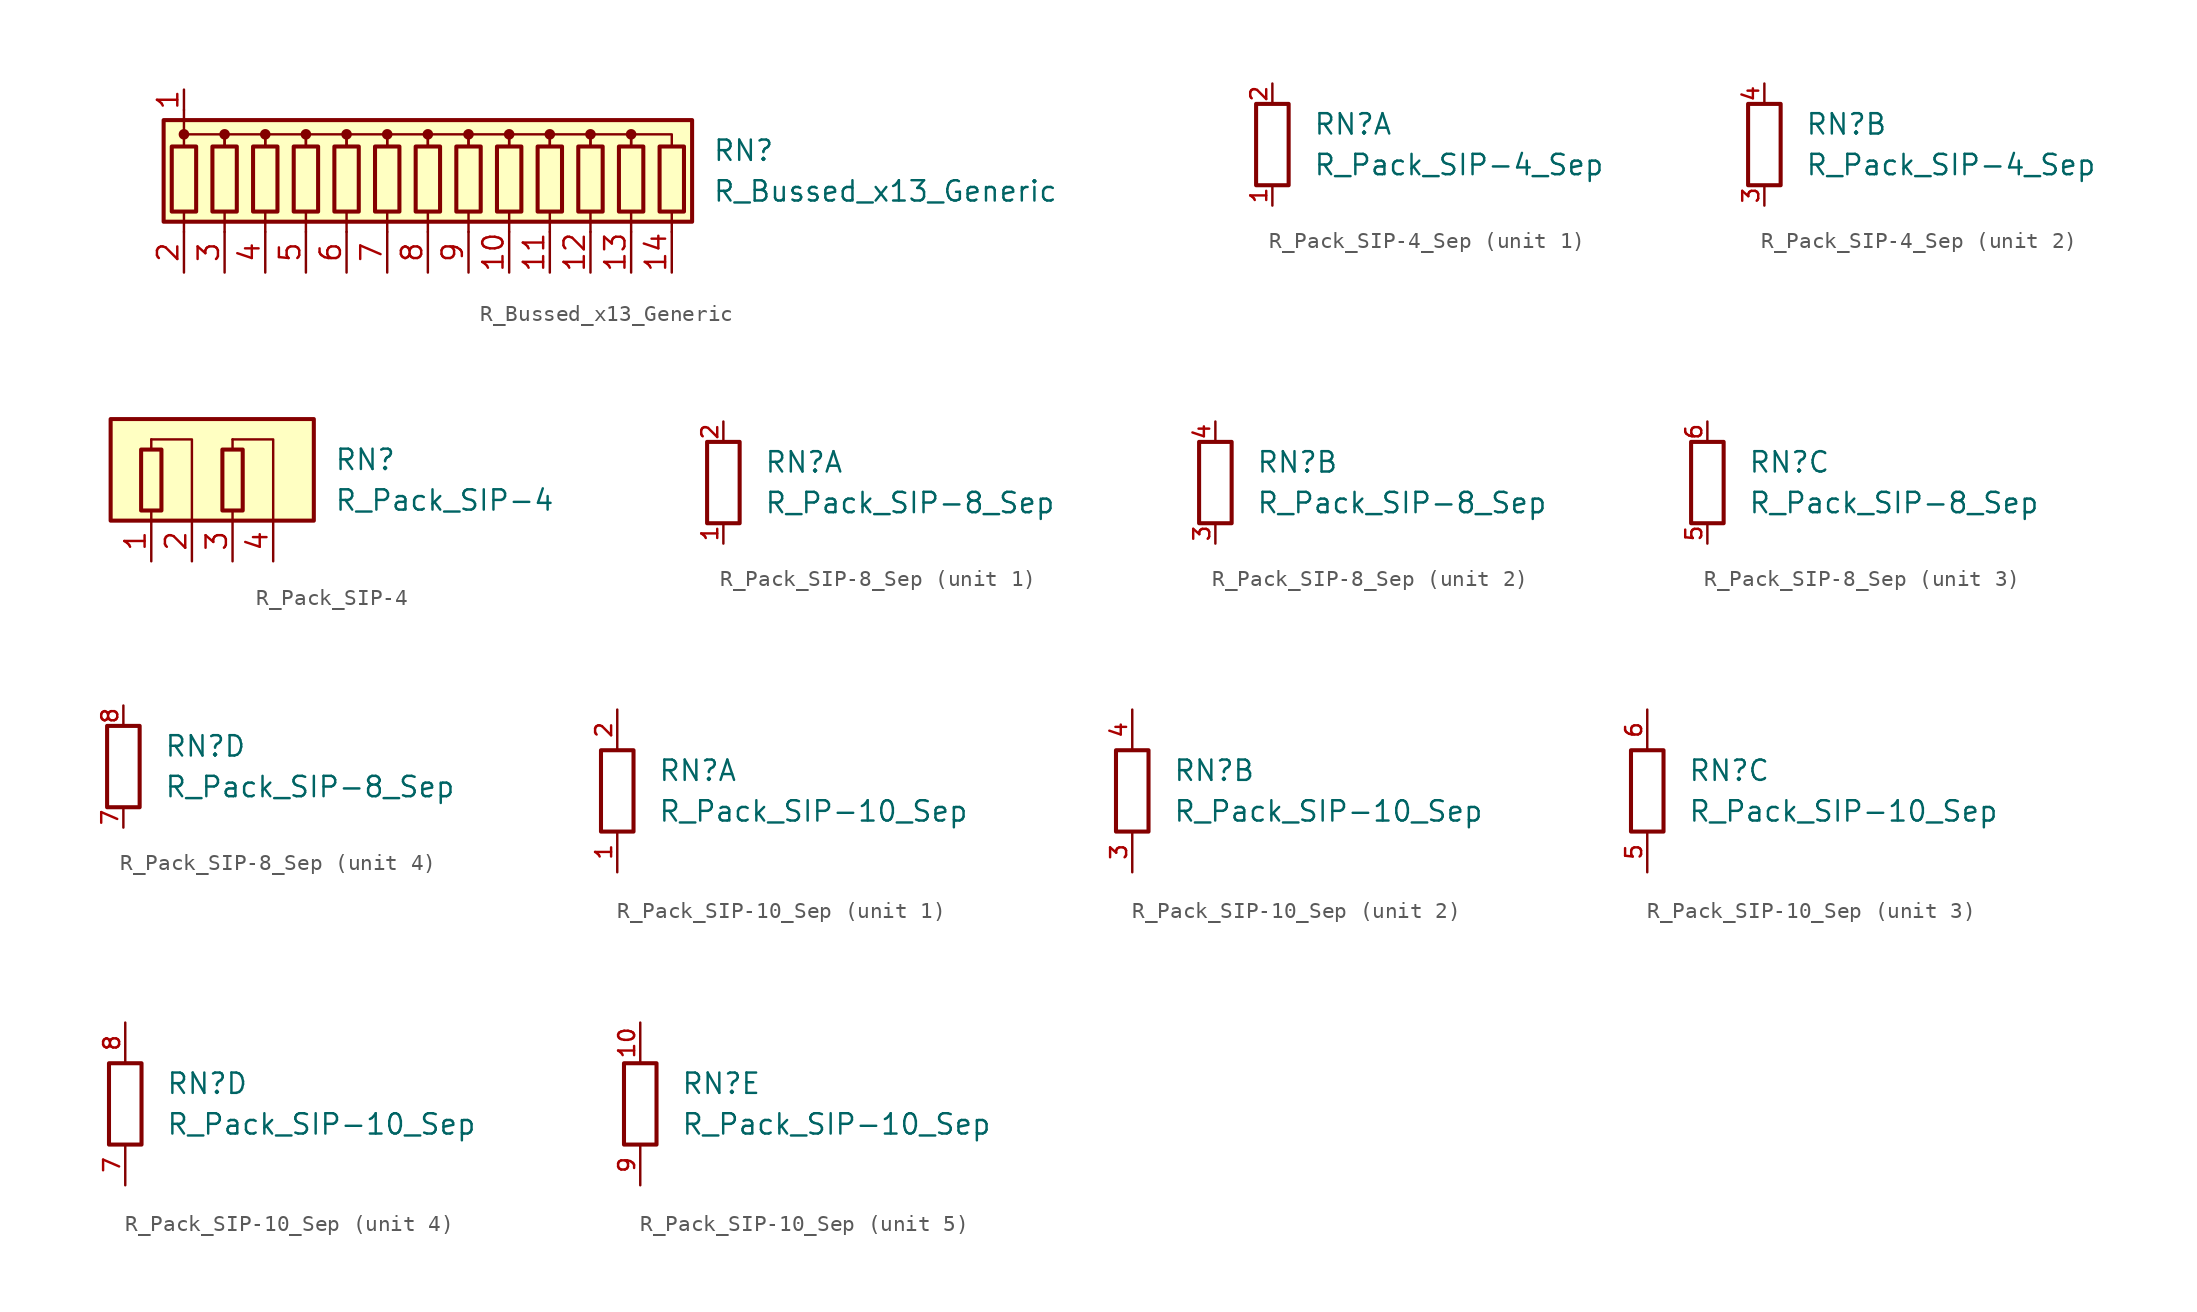
<source format=kicad_sym>
(kicad_symbol_lib
  (version 20211014)
  (generator kicad_symbol_editor)
  (symbol "R_Bussed_x13_Generic"
    (pin_names
      (offset 0.002) hide)
    (property "Reference" "RN"
      (at 17.78 1.27 0)
      (effects (font (size 1.27 1.27)) (justify left)))
    (property "Value" "R_Bussed_x13_Generic"
      (at 17.78 -1.27 0)
      (effects (font (size 1.27 1.27)) (justify left)))
    (symbol "R_Bussed_x13_Generic_0_1"
      (rectangle (start -16.51 -3.175) (end 16.51 3.175) (stroke (width 0.254) (type default) (color 0 0 0 0)) (fill (type background)))
      (rectangle (start -16.002 1.524) (end -14.478 -2.54) (stroke (width 0.254) (type default) (color 0 0 0 0)) (fill (type none)))
      (circle (center -15.24 2.286) (radius 0.254) (stroke (width 0) (type default) (color 0 0 0 0)) (fill (type outline)))
      (rectangle (start -13.462 1.524) (end -11.938 -2.54) (stroke (width 0.254) (type default) (color 0 0 0 0)) (fill (type none)))
      (circle (center -12.7 2.286) (radius 0.254) (stroke (width 0) (type default) (color 0 0 0 0)) (fill (type outline)))
      (rectangle (start -10.922 1.524) (end -9.398 -2.54) (stroke (width 0.254) (type default) (color 0 0 0 0)) (fill (type none)))
      (circle (center -10.16 2.286) (radius 0.254) (stroke (width 0) (type default) (color 0 0 0 0)) (fill (type outline)))
      (rectangle (start -8.382 1.524) (end -6.858 -2.54) (stroke (width 0.254) (type default) (color 0 0 0 0)) (fill (type none)))
      (circle (center -7.62 2.286) (radius 0.254) (stroke (width 0) (type default) (color 0 0 0 0)) (fill (type outline)))
      (rectangle (start -5.842 1.524) (end -4.318 -2.54) (stroke (width 0.254) (type default) (color 0 0 0 0)) (fill (type none)))
      (circle (center -5.08 2.286) (radius 0.254) (stroke (width 0) (type default) (color 0 0 0 0)) (fill (type outline)))
      (rectangle (start -3.302 1.524) (end -1.778 -2.54) (stroke (width 0.254) (type default) (color 0 0 0 0)) (fill (type none)))
      (circle (center -2.54 2.286) (radius 0.254) (stroke (width 0) (type default) (color 0 0 0 0)) (fill (type outline)))
      (rectangle (start -0.762 1.524) (end 0.762 -2.54) (stroke (width 0.254) (type default) (color 0 0 0 0)) (fill (type none)))
      (polyline (pts (xy -15.24 -2.54) (xy -15.24 -3.81)) (stroke (width 0) (type default) (color 0 0 0 0)) (fill (type none)))
      (polyline (pts (xy -15.24 3.81) (xy -15.24 2.54)) (stroke (width 0) (type default) (color 0 0 0 0)) (fill (type none)))
      (polyline (pts (xy -12.7 -2.54) (xy -12.7 -3.81)) (stroke (width 0) (type default) (color 0 0 0 0)) (fill (type none)))
      (polyline (pts (xy -10.16 -2.54) (xy -10.16 -3.81)) (stroke (width 0) (type default) (color 0 0 0 0)) (fill (type none)))
      (polyline (pts (xy -7.62 -2.54) (xy -7.62 -3.81)) (stroke (width 0) (type default) (color 0 0 0 0)) (fill (type none)))
      (polyline (pts (xy -5.08 -2.54) (xy -5.08 -3.81)) (stroke (width 0) (type default) (color 0 0 0 0)) (fill (type none)))
      (polyline (pts (xy -2.54 -2.54) (xy -2.54 -3.81)) (stroke (width 0) (type default) (color 0 0 0 0)) (fill (type none)))
      (polyline (pts (xy 0 -2.54) (xy 0 -3.81)) (stroke (width 0) (type default) (color 0 0 0 0)) (fill (type none)))
      (polyline (pts (xy 2.54 -2.54) (xy 2.54 -3.81)) (stroke (width 0) (type default) (color 0 0 0 0)) (fill (type none)))
      (polyline (pts (xy 5.08 -2.54) (xy 5.08 -3.81)) (stroke (width 0) (type default) (color 0 0 0 0)) (fill (type none)))
      (polyline (pts (xy 7.62 -2.54) (xy 7.62 -3.81)) (stroke (width 0) (type default) (color 0 0 0 0)) (fill (type none)))
      (polyline (pts (xy 10.16 -2.54) (xy 10.16 -3.81)) (stroke (width 0) (type default) (color 0 0 0 0)) (fill (type none)))
      (polyline (pts (xy 12.7 -2.54) (xy 12.7 -3.81)) (stroke (width 0) (type default) (color 0 0 0 0)) (fill (type none)))
      (polyline (pts (xy 15.24 -2.54) (xy 15.24 -3.81)) (stroke (width 0) (type default) (color 0 0 0 0)) (fill (type none)))
      (polyline (pts (xy -15.24 1.524) (xy -15.24 2.286) (xy -12.7 2.286) (xy -12.7 1.524)) (stroke (width 0) (type default) (color 0 0 0 0)) (fill (type none)))
      (polyline (pts (xy -12.7 1.524) (xy -12.7 2.286) (xy -10.16 2.286) (xy -10.16 1.524)) (stroke (width 0) (type default) (color 0 0 0 0)) (fill (type none)))
      (polyline (pts (xy -10.16 1.524) (xy -10.16 2.286) (xy -7.62 2.286) (xy -7.62 1.524)) (stroke (width 0) (type default) (color 0 0 0 0)) (fill (type none)))
      (polyline (pts (xy -7.62 1.524) (xy -7.62 2.286) (xy -5.08 2.286) (xy -5.08 1.524)) (stroke (width 0) (type default) (color 0 0 0 0)) (fill (type none)))
      (polyline (pts (xy -5.08 1.524) (xy -5.08 2.286) (xy -2.54 2.286) (xy -2.54 1.524)) (stroke (width 0) (type default) (color 0 0 0 0)) (fill (type none)))
      (polyline (pts (xy -2.54 1.524) (xy -2.54 2.286) (xy 0 2.286) (xy 0 1.524)) (stroke (width 0) (type default) (color 0 0 0 0)) (fill (type none)))
      (polyline (pts (xy 0 1.524) (xy 0 2.286) (xy 2.54 2.286) (xy 2.54 1.524)) (stroke (width 0) (type default) (color 0 0 0 0)) (fill (type none)))
      (polyline (pts (xy 2.54 1.524) (xy 2.54 2.286) (xy 5.08 2.286) (xy 5.08 1.524)) (stroke (width 0) (type default) (color 0 0 0 0)) (fill (type none)))
      (polyline (pts (xy 5.08 1.524) (xy 5.08 2.286) (xy 7.62 2.286) (xy 7.62 1.524)) (stroke (width 0) (type default) (color 0 0 0 0)) (fill (type none)))
      (polyline (pts (xy 7.62 1.524) (xy 7.62 2.286) (xy 10.16 2.286) (xy 10.16 1.524)) (stroke (width 0) (type default) (color 0 0 0 0)) (fill (type none)))
      (polyline (pts (xy 10.16 1.524) (xy 10.16 2.286) (xy 12.7 2.286) (xy 12.7 1.524)) (stroke (width 0) (type default) (color 0 0 0 0)) (fill (type none)))
      (polyline (pts (xy 12.7 1.524) (xy 12.7 2.286) (xy 15.24 2.286) (xy 15.24 1.524)) (stroke (width 0) (type default) (color 0 0 0 0)) (fill (type none)))
      (circle (center 0 2.286) (radius 0.254) (stroke (width 0) (type default) (color 0 0 0 0)) (fill (type outline)))
      (rectangle (start 1.778 1.524) (end 3.302 -2.54) (stroke (width 0.254) (type default) (color 0 0 0 0)) (fill (type none)))
      (circle (center 2.54 2.286) (radius 0.254) (stroke (width 0) (type default) (color 0 0 0 0)) (fill (type outline)))
      (rectangle (start 4.318 1.524) (end 5.842 -2.54) (stroke (width 0.254) (type default) (color 0 0 0 0)) (fill (type none)))
      (circle (center 5.08 2.286) (radius 0.254) (stroke (width 0) (type default) (color 0 0 0 0)) (fill (type outline)))
      (rectangle (start 6.858 1.524) (end 8.382 -2.54) (stroke (width 0.254) (type default) (color 0 0 0 0)) (fill (type none)))
      (circle (center 7.62 2.286) (radius 0.254) (stroke (width 0) (type default) (color 0 0 0 0)) (fill (type outline)))
      (rectangle (start 9.398 1.524) (end 10.922 -2.54) (stroke (width 0.254) (type default) (color 0 0 0 0)) (fill (type none)))
      (circle (center 10.16 2.286) (radius 0.254) (stroke (width 0) (type default) (color 0 0 0 0)) (fill (type outline)))
      (rectangle (start 11.938 1.524) (end 13.462 -2.54) (stroke (width 0.254) (type default) (color 0 0 0 0)) (fill (type none)))
      (circle (center 12.7 2.286) (radius 0.254) (stroke (width 0) (type default) (color 0 0 0 0)) (fill (type outline)))
      (rectangle (start 14.478 1.524) (end 16.002 -2.54) (stroke (width 0.254) (type default) (color 0 0 0 0)) (fill (type none))))
    (symbol "R_Bussed_x13_Generic_1_1"
      (pin passive line (at -15.24 5.08 270) (length 1.27) (name "common" (effects (font (size 1.27 1.27)))) (number "1" (effects (font (size 1.27 1.27)))))
      (pin passive line (at 5.08 -6.35 90) (length 2.54) (name "R9" (effects (font (size 1.27 1.27)))) (number "10" (effects (font (size 1.27 1.27)))))
      (pin passive line (at 7.62 -6.35 90) (length 2.54) (name "R10" (effects (font (size 1.27 1.27)))) (number "11" (effects (font (size 1.27 1.27)))))
      (pin passive line (at 10.16 -6.35 90) (length 2.54) (name "R11" (effects (font (size 1.27 1.27)))) (number "12" (effects (font (size 1.27 1.27)))))
      (pin passive line (at 12.7 -6.35 90) (length 2.54) (name "R12" (effects (font (size 1.27 1.27)))) (number "13" (effects (font (size 1.27 1.27)))))
      (pin passive line (at 15.24 -6.35 90) (length 2.54) (name "R13" (effects (font (size 1.27 1.27)))) (number "14" (effects (font (size 1.27 1.27)))))
      (pin passive line (at -15.24 -6.35 90) (length 2.54) (name "R1" (effects (font (size 1.27 1.27)))) (number "2" (effects (font (size 1.27 1.27)))))
      (pin passive line (at -12.7 -6.35 90) (length 2.54) (name "R2" (effects (font (size 1.27 1.27)))) (number "3" (effects (font (size 1.27 1.27)))))
      (pin passive line (at -10.16 -6.35 90) (length 2.54) (name "R3" (effects (font (size 1.27 1.27)))) (number "4" (effects (font (size 1.27 1.27)))))
      (pin passive line (at -7.62 -6.35 90) (length 2.54) (name "R4" (effects (font (size 1.27 1.27)))) (number "5" (effects (font (size 1.27 1.27)))))
      (pin passive line (at -5.08 -6.35 90) (length 2.54) (name "R5" (effects (font (size 1.27 1.27)))) (number "6" (effects (font (size 1.27 1.27)))))
      (pin passive line (at -2.54 -6.35 90) (length 2.54) (name "R6" (effects (font (size 1.27 1.27)))) (number "7" (effects (font (size 1.27 1.27)))))
      (pin passive line (at 0 -6.35 90) (length 2.54) (name "R7" (effects (font (size 1.27 1.27)))) (number "8" (effects (font (size 1.27 1.27)))))
      (pin passive line (at 2.54 -6.35 90) (length 2.54) (name "R8" (effects (font (size 1.27 1.27)))) (number "9" (effects (font (size 1.27 1.27)))))))
  (symbol "R_Pack_SIP-4_Sep"
    (pin_names
      (offset 0.002) hide)
    (property "Reference" "RN"
      (at 2.54 1.27 0)
      (effects (font (size 1.27 1.27)) (justify left)))
    (property "Value" "R_Pack_SIP-4_Sep"
      (at 2.54 -1.27 0)
      (effects (font (size 1.27 1.27)) (justify left)))
    (symbol "R_Pack_SIP-4_Sep_0_1"
      (rectangle (start 1.016 2.54) (end -1.016 -2.54) (stroke (width 0.254) (type default) (color 0 0 0 0)) (fill (type none))))
    (symbol "R_Pack_SIP-4_Sep_1_1"
      (pin passive line (at 0 -3.81 90) (length 1.27) (name "R1.1" (effects (font (size 1.27 1.27)))) (number "1" (effects (font (size 1 1)))))
      (pin passive line (at 0 3.81 270) (length 1.27) (name "R1.2" (effects (font (size 1.27 1.27)))) (number "2" (effects (font (size 1 1))))))
    (symbol "R_Pack_SIP-4_Sep_2_1"
      (pin passive line (at 0 -3.81 90) (length 1.27) (name "R2.1" (effects (font (size 1.27 1.27)))) (number "3" (effects (font (size 1 1)))))
      (pin passive line (at 0 3.81 270) (length 1.27) (name "R2.2" (effects (font (size 1.27 1.27)))) (number "4" (effects (font (size 1 1)))))))
  (symbol "R_Pack_SIP-4"
    (pin_names
      (offset 0.002) hide)
    (property "Reference" "RN"
      (at 7.62 1.27 0)
      (effects (font (size 1.27 1.27)) (justify left)))
    (property "Value" "R_Pack_SIP-4"
      (at 7.62 -1.27 0)
      (effects (font (size 1.27 1.27)) (justify left)))
    (symbol "R_Pack_SIP-4_0_1"
      (rectangle (start -6.35 3.81) (end 6.35 -2.54) (stroke (width 0.254) (type default) (color 0 0 0 0)) (fill (type background)))
      (rectangle (start -4.445 1.905) (end -3.175 -1.905) (stroke (width 0.254) (type default) (color 0 0 0 0)) (fill (type none)))
      (polyline (pts (xy -3.81 -2.54) (xy -3.81 -1.905)) (stroke (width 0) (type default) (color 0 0 0 0)) (fill (type none)))
      (polyline (pts (xy -3.81 1.905) (xy -3.81 2.54)) (stroke (width 0) (type default) (color 0 0 0 0)) (fill (type none)))
      (polyline (pts (xy 1.27 -2.54) (xy 1.27 -1.905)) (stroke (width 0) (type default) (color 0 0 0 0)) (fill (type none)))
      (polyline (pts (xy 1.27 1.905) (xy 1.27 2.54)) (stroke (width 0) (type default) (color 0 0 0 0)) (fill (type none)))
      (polyline (pts (xy -3.81 2.54) (xy -1.27 2.54) (xy -1.27 -2.54)) (stroke (width 0.152) (type default) (color 0 0 0 0)) (fill (type none)))
      (polyline (pts (xy 1.27 2.54) (xy 3.81 2.54) (xy 3.81 -2.54)) (stroke (width 0.152) (type default) (color 0 0 0 0)) (fill (type none)))
      (rectangle (start 0.635 1.905) (end 1.905 -1.905) (stroke (width 0.254) (type default) (color 0 0 0 0)) (fill (type none))))
    (symbol "R_Pack_SIP-4_1_1"
      (pin passive line (at -3.81 -5.08 90) (length 2.54) (name "R1.1" (effects (font (size 1.27 1.27)))) (number "1" (effects (font (size 1.27 1.27)))))
      (pin passive line (at -1.27 -5.08 90) (length 2.54) (name "R1.2" (effects (font (size 1.27 1.27)))) (number "2" (effects (font (size 1.27 1.27)))))
      (pin passive line (at 1.27 -5.08 90) (length 2.54) (name "R2.1" (effects (font (size 1.27 1.27)))) (number "3" (effects (font (size 1.27 1.27)))))
      (pin passive line (at 3.81 -5.08 90) (length 2.54) (name "R2.2" (effects (font (size 1.27 1.27)))) (number "4" (effects (font (size 1.27 1.27)))))))
  (symbol "R_Pack_SIP-8_Sep"
    (pin_names
      (offset 0.002) hide)
    (property "Reference" "RN"
      (at 2.54 1.27 0)
      (effects (font (size 1.27 1.27)) (justify left)))
    (property "Value" "R_Pack_SIP-8_Sep"
      (at 2.54 -1.27 0)
      (effects (font (size 1.27 1.27)) (justify left)))
    (symbol "R_Pack_SIP-8_Sep_0_1"
      (rectangle (start 1.016 2.54) (end -1.016 -2.54) (stroke (width 0.254) (type default) (color 0 0 0 0)) (fill (type none))))
    (symbol "R_Pack_SIP-8_Sep_1_1"
      (pin passive line (at 0 -3.81 90) (length 1.27) (name "R4.1" (effects (font (size 1.27 1.27)))) (number "1" (effects (font (size 1 1)))))
      (pin passive line (at 0 3.81 270) (length 1.27) (name "R4.2" (effects (font (size 1.27 1.27)))) (number "2" (effects (font (size 1 1))))))
    (symbol "R_Pack_SIP-8_Sep_2_1"
      (pin passive line (at 0 -3.81 90) (length 1.27) (name "R2.1" (effects (font (size 1.27 1.27)))) (number "3" (effects (font (size 1 1)))))
      (pin passive line (at 0 3.81 270) (length 1.27) (name "R2.2" (effects (font (size 1.27 1.27)))) (number "4" (effects (font (size 1 1))))))
    (symbol "R_Pack_SIP-8_Sep_3_1"
      (pin passive line (at 0 -3.81 90) (length 1.27) (name "R4.1" (effects (font (size 1.27 1.27)))) (number "5" (effects (font (size 1 1)))))
      (pin passive line (at 0 3.81 270) (length 1.27) (name "R4.2" (effects (font (size 1.27 1.27)))) (number "6" (effects (font (size 1 1))))))
    (symbol "R_Pack_SIP-8_Sep_4_1"
      (pin passive line (at 0 -3.81 90) (length 1.27) (name "R4.1" (effects (font (size 1.27 1.27)))) (number "7" (effects (font (size 1 1)))))
      (pin passive line (at 0 3.81 270) (length 1.27) (name "R4.2" (effects (font (size 1.27 1.27)))) (number "8" (effects (font (size 1 1)))))))
  (symbol "R_Pack_SIP-10_Sep"
    (pin_names
      (offset 0.002) hide)
    (property "Reference" "RN"
      (at 2.54 1.27 0)
      (effects (font (size 1.27 1.27)) (justify left)))
    (property "Value" "R_Pack_SIP-10_Sep"
      (at 2.54 -1.27 0)
      (effects (font (size 1.27 1.27)) (justify left)))
    (symbol "R_Pack_SIP-10_Sep_0_1"
      (rectangle (start 1.016 2.54) (end -1.016 -2.54) (stroke (width 0.254) (type default) (color 0 0 0 0)) (fill (type none))))
    (symbol "R_Pack_SIP-10_Sep_1_1"
      (pin passive line (at 0 -5.08 90) (length 2.54) (name "R5.1" (effects (font (size 1.27 1.27)))) (number "1" (effects (font (size 1 1)))))
      (pin passive line (at 0 5.08 270) (length 2.54) (name "R5.2" (effects (font (size 1.27 1.27)))) (number "2" (effects (font (size 1 1))))))
    (symbol "R_Pack_SIP-10_Sep_2_1"
      (pin passive line (at 0 -5.08 90) (length 2.54) (name "R2.1" (effects (font (size 1.27 1.27)))) (number "3" (effects (font (size 1 1)))))
      (pin passive line (at 0 5.08 270) (length 2.54) (name "R2.2" (effects (font (size 1.27 1.27)))) (number "4" (effects (font (size 1 1))))))
    (symbol "R_Pack_SIP-10_Sep_3_1"
      (pin passive line (at 0 -5.08 90) (length 2.54) (name "R5.1" (effects (font (size 1.27 1.27)))) (number "5" (effects (font (size 1 1)))))
      (pin passive line (at 0 5.08 270) (length 2.54) (name "R5.2" (effects (font (size 1.27 1.27)))) (number "6" (effects (font (size 1 1))))))
    (symbol "R_Pack_SIP-10_Sep_4_1"
      (pin passive line (at 0 -5.08 90) (length 2.54) (name "R5.1" (effects (font (size 1.27 1.27)))) (number "7" (effects (font (size 1 1)))))
      (pin passive line (at 0 5.08 270) (length 2.54) (name "R5.2" (effects (font (size 1.27 1.27)))) (number "8" (effects (font (size 1 1))))))
    (symbol "R_Pack_SIP-10_Sep_5_1"
      (pin passive line (at 0 5.08 270) (length 2.54) (name "R5.2" (effects (font (size 1.27 1.27)))) (number "10" (effects (font (size 1 1)))))
      (pin passive line (at 0 -5.08 90) (length 2.54) (name "R5.1" (effects (font (size 1.27 1.27)))) (number "9" (effects (font (size 1 1))))))))
</source>
